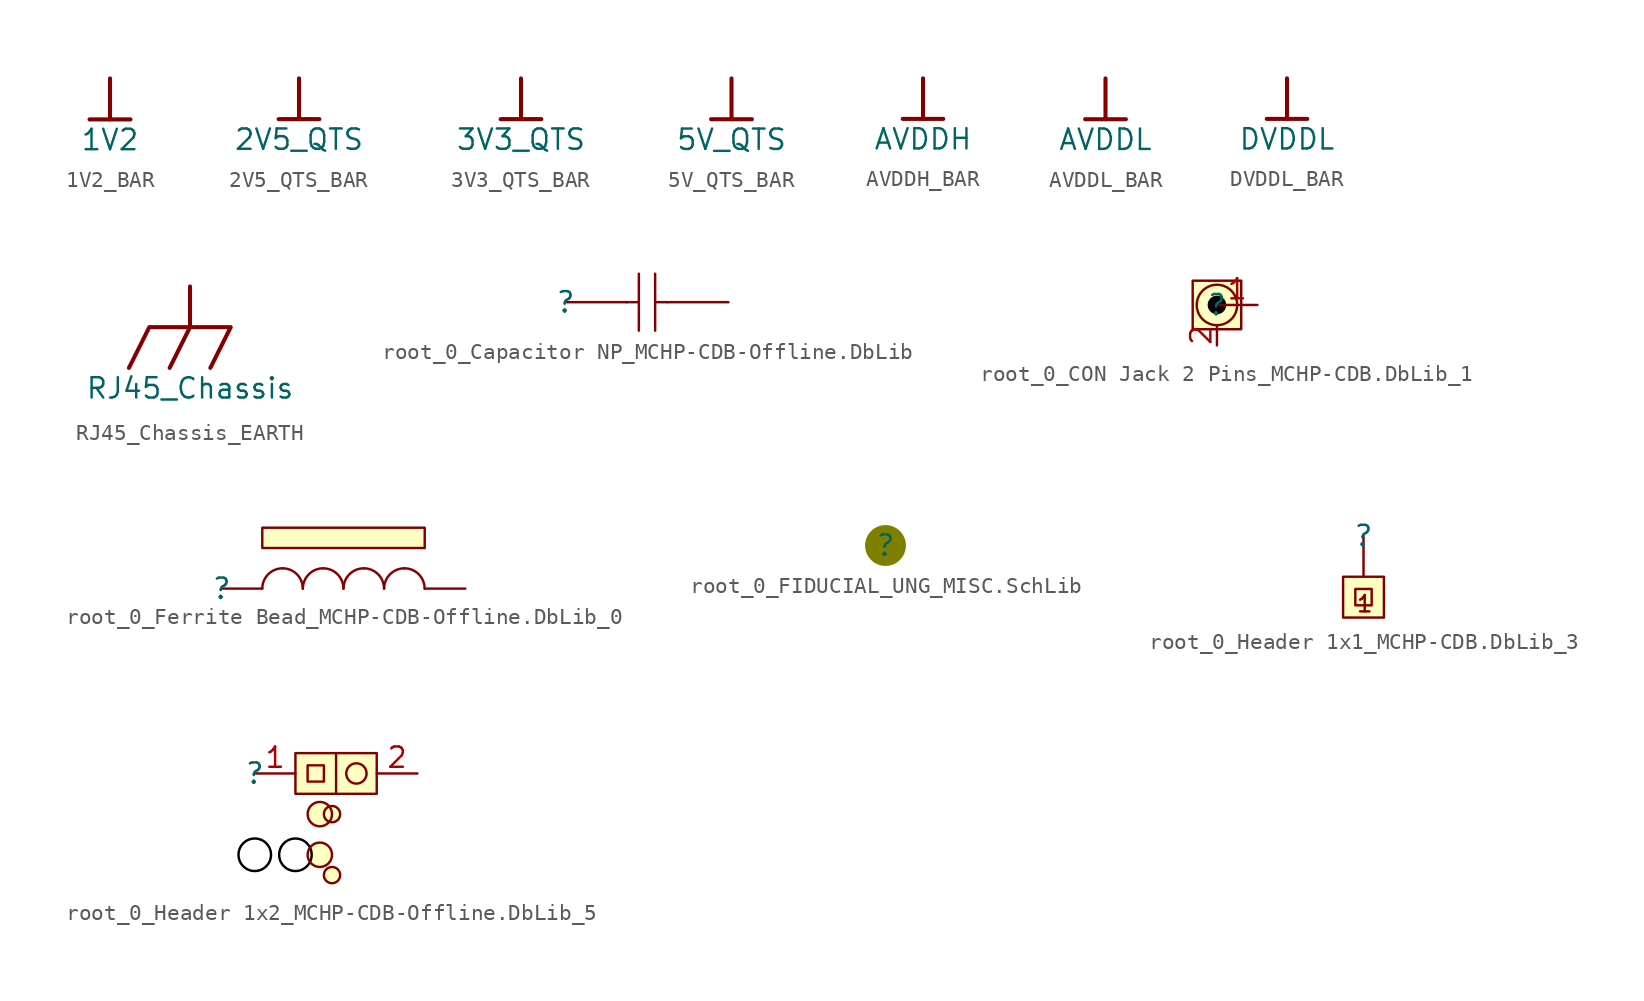
<source format=kicad_sym>
(kicad_symbol_lib
  (version 20241209)
  (generator "kicad_symbol_editor")
  (generator_version "9.0")
  (symbol "1V2_BAR"
    (power)
    (property "Reference" "#PWR"
      (at 0 0 0)
      (effects (font (size 1.27 1.27)) (hide yes)))
    (property "Value" "1V2"
      (at 0 -3.81 0)
      (effects (font (size 1.27 1.27))))
    (symbol "1V2_BAR_0_0"
      (polyline (pts (xy -1.27 -2.54) (xy 1.27 -2.54)) (stroke (width 0.254) (type solid)) (fill (type none)))
      (polyline (pts (xy 0 0) (xy 0 -2.54)) (stroke (width 0.254) (type solid)) (fill (type none)))
      (pin power_in line (at 0 0 0) (length 0) (hide yes) (name "1V2" (effects (font (size 1.27 1.27)))) (number "" (effects (font (size 1.27 1.27)))))))
  (symbol "2V5_QTS_BAR"
    (power)
    (property "Reference" "#PWR"
      (at 0 0 0)
      (effects (font (size 1.27 1.27)) (hide yes)))
    (property "Value" "2V5_QTS"
      (at 0 -3.81 0)
      (effects (font (size 1.27 1.27))))
    (symbol "2V5_QTS_BAR_0_0"
      (polyline (pts (xy -1.27 -2.54) (xy 1.27 -2.54)) (stroke (width 0.254) (type solid)) (fill (type none)))
      (polyline (pts (xy 0 0) (xy 0 -2.54)) (stroke (width 0.254) (type solid)) (fill (type none)))
      (pin power_in line (at 0 0 0) (length 0) (hide yes) (name "2V5_QTS" (effects (font (size 1.27 1.27)))) (number "" (effects (font (size 1.27 1.27)))))))
  (symbol "3V3_QTS_BAR"
    (power)
    (property "Reference" "#PWR"
      (at 0 0 0)
      (effects (font (size 1.27 1.27)) (hide yes)))
    (property "Value" "3V3_QTS"
      (at 0 -3.81 0)
      (effects (font (size 1.27 1.27))))
    (symbol "3V3_QTS_BAR_0_0"
      (polyline (pts (xy -1.27 -2.54) (xy 1.27 -2.54)) (stroke (width 0.254) (type solid)) (fill (type none)))
      (polyline (pts (xy 0 0) (xy 0 -2.54)) (stroke (width 0.254) (type solid)) (fill (type none)))
      (pin power_in line (at 0 0 0) (length 0) (hide yes) (name "3V3_QTS" (effects (font (size 1.27 1.27)))) (number "" (effects (font (size 1.27 1.27)))))))
  (symbol "5V_QTS_BAR"
    (power)
    (property "Reference" "#PWR"
      (at 0 0 0)
      (effects (font (size 1.27 1.27)) (hide yes)))
    (property "Value" "5V_QTS"
      (at 0 -3.81 0)
      (effects (font (size 1.27 1.27))))
    (symbol "5V_QTS_BAR_0_0"
      (polyline (pts (xy -1.27 -2.54) (xy 1.27 -2.54)) (stroke (width 0.254) (type solid)) (fill (type none)))
      (polyline (pts (xy 0 0) (xy 0 -2.54)) (stroke (width 0.254) (type solid)) (fill (type none)))
      (pin power_in line (at 0 0 0) (length 0) (hide yes) (name "5V_QTS" (effects (font (size 1.27 1.27)))) (number "" (effects (font (size 1.27 1.27)))))))
  (symbol "AVDDH_BAR"
    (power)
    (property "Reference" "#PWR"
      (at 0 0 0)
      (effects (font (size 1.27 1.27)) (hide yes)))
    (property "Value" "AVDDH"
      (at 0 -3.81 0)
      (effects (font (size 1.27 1.27))))
    (symbol "AVDDH_BAR_0_0"
      (polyline (pts (xy -1.27 -2.54) (xy 1.27 -2.54)) (stroke (width 0.254) (type solid)) (fill (type none)))
      (polyline (pts (xy 0 0) (xy 0 -2.54)) (stroke (width 0.254) (type solid)) (fill (type none)))
      (pin power_in line (at 0 0 0) (length 0) (hide yes) (name "AVDDH" (effects (font (size 1.27 1.27)))) (number "" (effects (font (size 1.27 1.27)))))))
  (symbol "AVDDL_BAR"
    (power)
    (property "Reference" "#PWR"
      (at 0 0 0)
      (effects (font (size 1.27 1.27)) (hide yes)))
    (property "Value" "AVDDL"
      (at 0 -3.81 0)
      (effects (font (size 1.27 1.27))))
    (symbol "AVDDL_BAR_0_0"
      (polyline (pts (xy -1.27 -2.54) (xy 1.27 -2.54)) (stroke (width 0.254) (type solid)) (fill (type none)))
      (polyline (pts (xy 0 0) (xy 0 -2.54)) (stroke (width 0.254) (type solid)) (fill (type none)))
      (pin power_in line (at 0 0 0) (length 0) (hide yes) (name "AVDDL" (effects (font (size 1.27 1.27)))) (number "" (effects (font (size 1.27 1.27)))))))
  (symbol "DVDDL_BAR"
    (power)
    (property "Reference" "#PWR"
      (at 0 0 0)
      (effects (font (size 1.27 1.27)) (hide yes)))
    (property "Value" "DVDDL"
      (at 0 -3.81 0)
      (effects (font (size 1.27 1.27))))
    (symbol "DVDDL_BAR_0_0"
      (polyline (pts (xy -1.27 -2.54) (xy 1.27 -2.54)) (stroke (width 0.254) (type solid)) (fill (type none)))
      (polyline (pts (xy 0 0) (xy 0 -2.54)) (stroke (width 0.254) (type solid)) (fill (type none)))
      (pin power_in line (at 0 0 0) (length 0) (hide yes) (name "DVDDL" (effects (font (size 1.27 1.27)))) (number "" (effects (font (size 1.27 1.27)))))))
  (symbol "RJ45_Chassis_EARTH"
    (power)
    (property "Reference" "#PWR"
      (at 0 0 0)
      (effects (font (size 1.27 1.27)) (hide yes)))
    (property "Value" "RJ45_Chassis"
      (at 0 -6.35 0)
      (effects (font (size 1.27 1.27))))
    (symbol "RJ45_Chassis_EARTH_0_0"
      (polyline (pts (xy -3.81 -5.08) (xy -2.54 -2.54) (xy 2.54 -2.54) (xy 1.27 -5.08)) (stroke (width 0.254) (type solid)) (fill (type none)))
      (polyline (pts (xy 0 0) (xy 0 -2.54)) (stroke (width 0.254) (type solid)) (fill (type none)))
      (polyline (pts (xy 0 -2.54) (xy -1.27 -5.08)) (stroke (width 0.254) (type solid)) (fill (type none)))
      (pin power_in line (at 0 0 0) (length 0) (hide yes) (name "RJ45_Chassis" (effects (font (size 1.27 1.27)))) (number "" (effects (font (size 1.27 1.27)))))))
  (symbol "root_0_Capacitor NP_MCHP-CDB-Offline.DbLib"
    (pin_numbers
      (hide yes))
    (pin_names
      (hide yes))
    (property "Reference" ""
      (at 0 0 0)
      (effects (font (size 1.27 1.27))))
    (property "Value" ""
      (at 0 0 0)
      (effects (font (size 1.27 1.27))))
    (symbol "root_0_Capacitor NP_MCHP-CDB-Offline.DbLib_1_0"
      (polyline (pts (xy 3.81 0) (xy 4.572 0)) (stroke (width 0) (type solid)) (fill (type none)))
      (polyline (pts (xy 4.572 1.778) (xy 4.572 -1.778)) (stroke (width 0) (type solid)) (fill (type none)))
      (polyline (pts (xy 5.588 1.778) (xy 5.588 -1.778)) (stroke (width 0) (type solid)) (fill (type none)))
      (polyline (pts (xy 6.35 0) (xy 5.588 0)) (stroke (width 0) (type solid)) (fill (type none)))
      (pin passive line (at 0 0 0) (length 3.81) (name "1" (effects (font (size 1.27 1.27)))) (number "1" (effects (font (size 1.27 1.27)))))
      (pin passive line (at 10.16 0 180) (length 3.81) (name "2" (effects (font (size 1.27 1.27)))) (number "2" (effects (font (size 1.27 1.27)))))))
  (symbol "root_0_CON Jack 2 Pins_MCHP-CDB.DbLib_1"
    (pin_names
      (hide yes))
    (property "Reference" ""
      (at 0 0 0)
      (effects (font (size 1.27 1.27))))
    (property "Value" ""
      (at 0 0 0)
      (effects (font (size 1.27 1.27))))
    (symbol "root_0_CON Jack 2 Pins_MCHP-CDB.DbLib_1_1_0"
      (circle (center 0 0) (radius 0.508) (stroke (width 0) (type solid) (color 0 0 0 1)) (fill (type outline)))
      (circle (center 0 0) (radius 1.27) (stroke (width 0) (type solid) (color 128 0 0 1)) (fill (type none)))
      (rectangle (start 1.524 1.524) (end -1.524 -1.524) (stroke (width 0) (type solid) (color 128 0 0 1)) (fill (type background)))
      (pin passive line (at 0 -2.54 90) (length 1.27) (name "2" (effects (font (size 1.27 1.27)))) (number "2" (effects (font (size 1.27 1.27)))))
      (pin passive line (at 2.54 0 180) (length 2.54) (name "1" (effects (font (size 1.27 1.27)))) (number "1" (effects (font (size 1.27 1.27)))))))
  (symbol "root_0_Ferrite Bead_MCHP-CDB-Offline.DbLib_0"
    (pin_numbers
      (hide yes))
    (pin_names
      (hide yes))
    (property "Reference" ""
      (at 0 0 0)
      (effects (font (size 1.27 1.27))))
    (property "Value" ""
      (at 0 0 0)
      (effects (font (size 1.27 1.27))))
    (symbol "root_0_Ferrite Bead_MCHP-CDB-Offline.DbLib_0_1_0"
      (arc (start 2.54 0) (mid 2.912 0.898) (end 3.81 1.27) (stroke (width 0) (type solid)) (fill (type none)))
      (arc (start 3.81 1.27) (mid 4.708 0.898) (end 5.08 0) (stroke (width 0) (type solid)) (fill (type none)))
      (arc (start 5.08 0) (mid 5.452 0.898) (end 6.35 1.27) (stroke (width 0) (type solid)) (fill (type none)))
      (arc (start 6.35 1.27) (mid 7.248 0.898) (end 7.62 0) (stroke (width 0) (type solid)) (fill (type none)))
      (arc (start 7.62 0) (mid 7.992 0.898) (end 8.89 1.27) (stroke (width 0) (type solid)) (fill (type none)))
      (arc (start 8.89 1.27) (mid 9.788 0.898) (end 10.16 0) (stroke (width 0) (type solid)) (fill (type none)))
      (arc (start 10.16 0) (mid 10.532 0.898) (end 11.43 1.27) (stroke (width 0) (type solid)) (fill (type none)))
      (arc (start 11.43 1.27) (mid 12.328 0.898) (end 12.7 0) (stroke (width 0) (type solid)) (fill (type none)))
      (rectangle (start 12.7 3.81) (end 2.54 2.54) (stroke (width 0) (type solid) (color 128 0 0 1)) (fill (type background)))
      (pin passive line (at 0 0 0) (length 2.54) (name "1" (effects (font (size 1.27 1.27)))) (number "1" (effects (font (size 1.27 1.27)))))
      (pin passive line (at 15.24 0 180) (length 2.54) (name "2" (effects (font (size 1.27 1.27)))) (number "2" (effects (font (size 1.27 1.27)))))))
  (symbol "root_0_FIDUCIAL_UNG_MISC.SchLib"
    (pin_numbers
      (hide yes))
    (pin_names
      (hide yes))
    (property "Reference" ""
      (at 0 0 0)
      (effects (font (size 1.27 1.27))))
    (property "Value" ""
      (at 0 0 0)
      (effects (font (size 1.27 1.27))))
    (symbol "root_0_FIDUCIAL_UNG_MISC.SchLib_1_0"
      (circle (center 0 0) (radius 0.508) (stroke (width 0) (type solid) (color 255 197 26 1)) (fill (type outline)))
      (circle (center 0 0) (radius 1.27) (stroke (width -0.0001) (type solid) (color 128 128 0 1)) (fill (type outline)))))
  (symbol "root_0_Header 1x1_MCHP-CDB.DbLib_3"
    (pin_numbers
      (hide yes))
    (pin_names
      (hide yes))
    (property "Reference" ""
      (at 0 0 0)
      (effects (font (size 1.27 1.27))))
    (property "Value" ""
      (at 0 0 0)
      (effects (font (size 1.27 1.27))))
    (symbol "root_0_Header 1x1_MCHP-CDB.DbLib_3_1_0"
      (polyline (pts (xy -0.508 -3.302) (xy -0.508 -4.318) (xy 0.508 -4.318) (xy 0.508 -3.302) (xy -0.508 -3.302)) (stroke (width 0) (type solid)) (fill (type background)))
      (rectangle (start 1.27 -2.54) (end -1.27 -5.08) (stroke (width 0) (type solid) (color 128 0 0 1)) (fill (type background)))
      (text "1" (at -0.508 -4.826 0) (effects (font (size 1.016 1.016)) (justify left bottom)))
      (pin passive line (at 0 0 270) (length 2.54) (name "1" (effects (font (size 1.27 1.27)))) (number "1" (effects (font (size 1.27 1.27)))))))
  (symbol "root_0_Header 1x2_MCHP-CDB-Offline.DbLib_5"
    (pin_names
      (hide yes))
    (property "Reference" ""
      (at 0 0 0)
      (effects (font (size 1.27 1.27))))
    (property "Value" ""
      (at 0 0 0)
      (effects (font (size 1.27 1.27))))
    (symbol "root_0_Header 1x2_MCHP-CDB-Offline.DbLib_5_1_0"
      (circle (center 0 -5.08) (radius 1.016) (stroke (width 0) (type solid) (color 0 0 0 1)) (fill (type none)))
      (circle (center 2.54 -5.08) (radius 1.016) (stroke (width 0) (type solid) (color 0 0 0 1)) (fill (type none)))
      (circle (center 4.064 -2.54) (radius 0.762) (stroke (width 0) (type solid)) (fill (type background)))
      (circle (center 4.064 -5.08) (radius 0.762) (stroke (width 0) (type solid)) (fill (type background)))
      (polyline (pts (xy 4.318 -0.508) (xy 4.318 0.508) (xy 3.302 0.508) (xy 3.302 -0.508) (xy 4.318 -0.508)) (stroke (width 0) (type solid)) (fill (type background)))
      (circle (center 4.826 -2.54) (radius 0.508) (stroke (width 0) (type solid) (color 128 0 0 1)) (fill (type background)))
      (circle (center 4.826 -6.35) (radius 0.508) (stroke (width 0) (type solid) (color 128 0 0 1)) (fill (type background)))
      (polyline (pts (xy 5.08 1.27) (xy 5.08 -1.27)) (stroke (width 0) (type solid) (color 128 0 0 1)) (fill (type none)))
      (circle (center 6.35 0) (radius 0.635) (stroke (width 0) (type solid)) (fill (type none)))
      (rectangle (start 7.62 1.27) (end 2.54 -1.27) (stroke (width 0) (type solid) (color 128 0 0 1)) (fill (type background)))
      (pin passive line (at 0 0 0) (length 2.54) (name "1" (effects (font (size 1.27 1.27)))) (number "1" (effects (font (size 1.27 1.27)))))
      (pin passive line (at 10.16 0 180) (length 2.54) (name "2" (effects (font (size 1.27 1.27)))) (number "2" (effects (font (size 1.27 1.27))))))))
</source>
